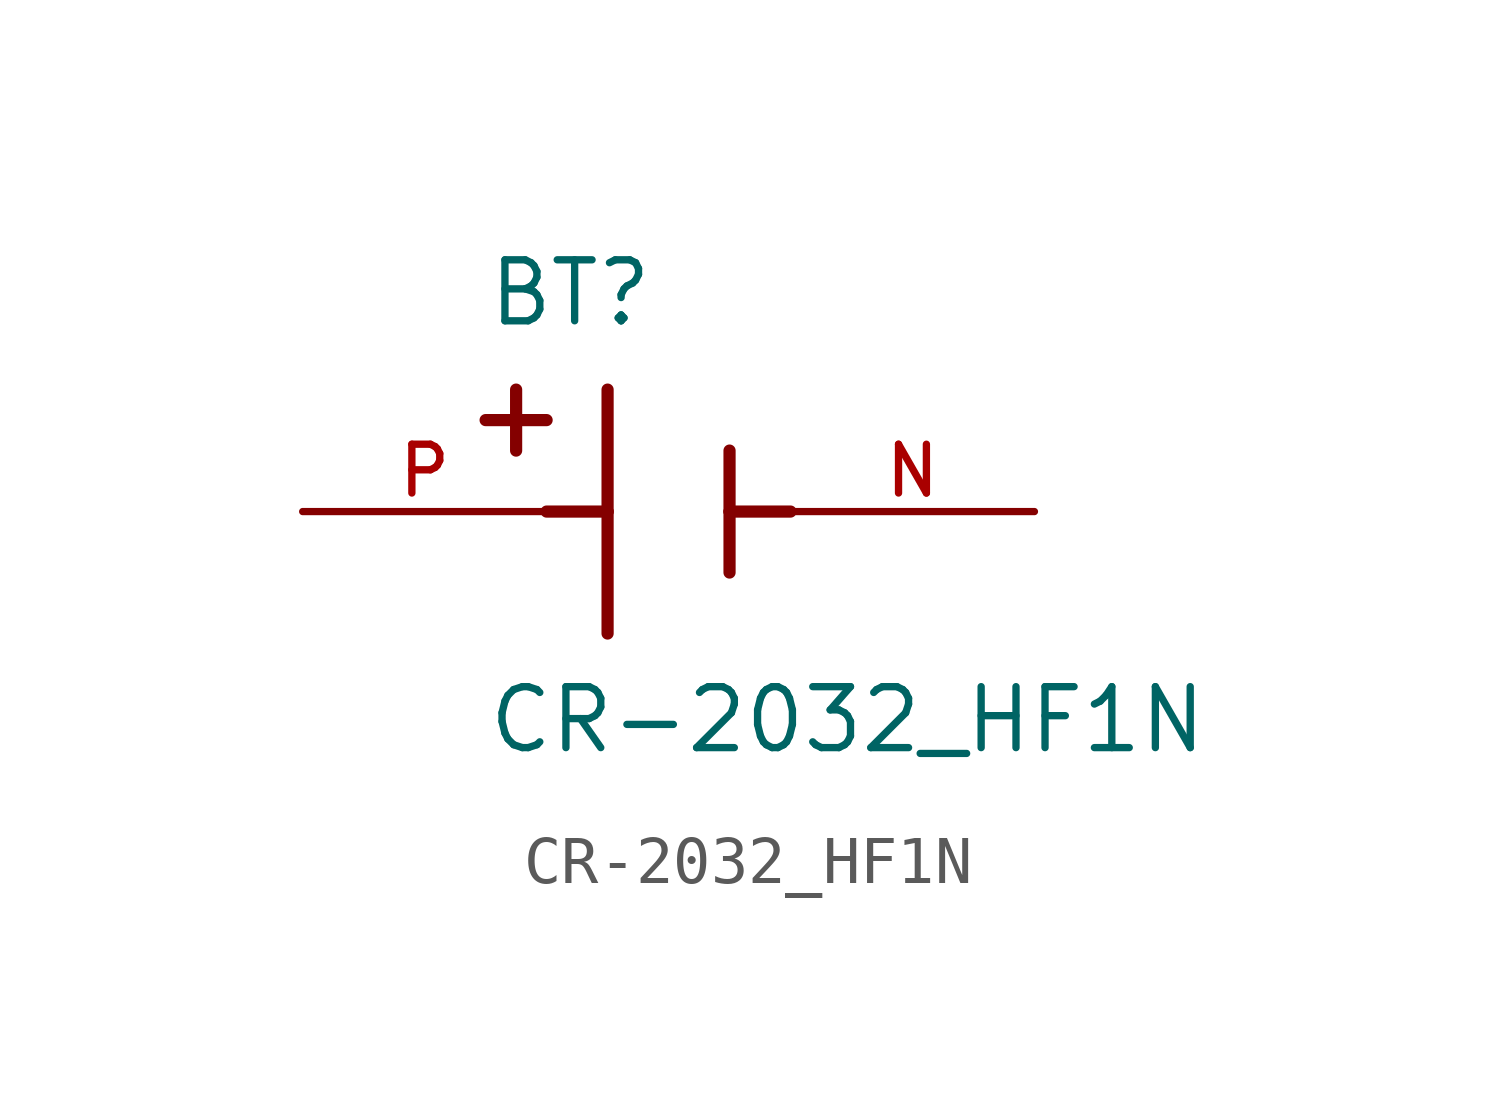
<source format=kicad_sym>
(kicad_symbol_lib
  (version 20211014)
  (generator kicad_symbol_editor)
  (symbol "CR-2032_HF1N"
    (pin_names
      (offset 1.016))
    (property "Reference" "BT"
      (at -3.81 3.81 0)
      (effects (font (size 1.27 1.27)) (justify bottom left)))
    (property "Value" "CR-2032_HF1N"
      (at -3.81 -5.08 0)
      (effects (font (size 1.27 1.27)) (justify bottom left)))
    (symbol "CR-2032_HF1N_0_0"
      (polyline (pts (xy -1.27 2.54) (xy -1.27 0.0)) (stroke (width 0.254)))
      (polyline (pts (xy -1.27 0.0) (xy -1.27 -2.54)) (stroke (width 0.254)))
      (polyline (pts (xy 1.27 1.27) (xy 1.27 0.0)) (stroke (width 0.254)))
      (polyline (pts (xy 1.27 0.0) (xy 1.27 -1.27)) (stroke (width 0.254)))
      (polyline (pts (xy -1.27 0.0) (xy -2.54 0.0)) (stroke (width 0.254)))
      (polyline (pts (xy 1.27 0.0) (xy 2.54 0.0)) (stroke (width 0.254)))
      (polyline (pts (xy -3.175 2.54) (xy -3.175 1.27)) (stroke (width 0.254)))
      (polyline (pts (xy -3.81 1.905) (xy -2.54 1.905)) (stroke (width 0.254)))
      (pin passive line (at -7.62 0.0 0) (length 5.08) (name "~" (effects (font (size 1.016 1.016)))) (number "P" (effects (font (size 1.016 1.016)))))
      (pin passive line (at 7.62 0.0 180.0) (length 5.08) (name "~" (effects (font (size 1.016 1.016)))) (number "N" (effects (font (size 1.016 1.016))))))))
</source>
